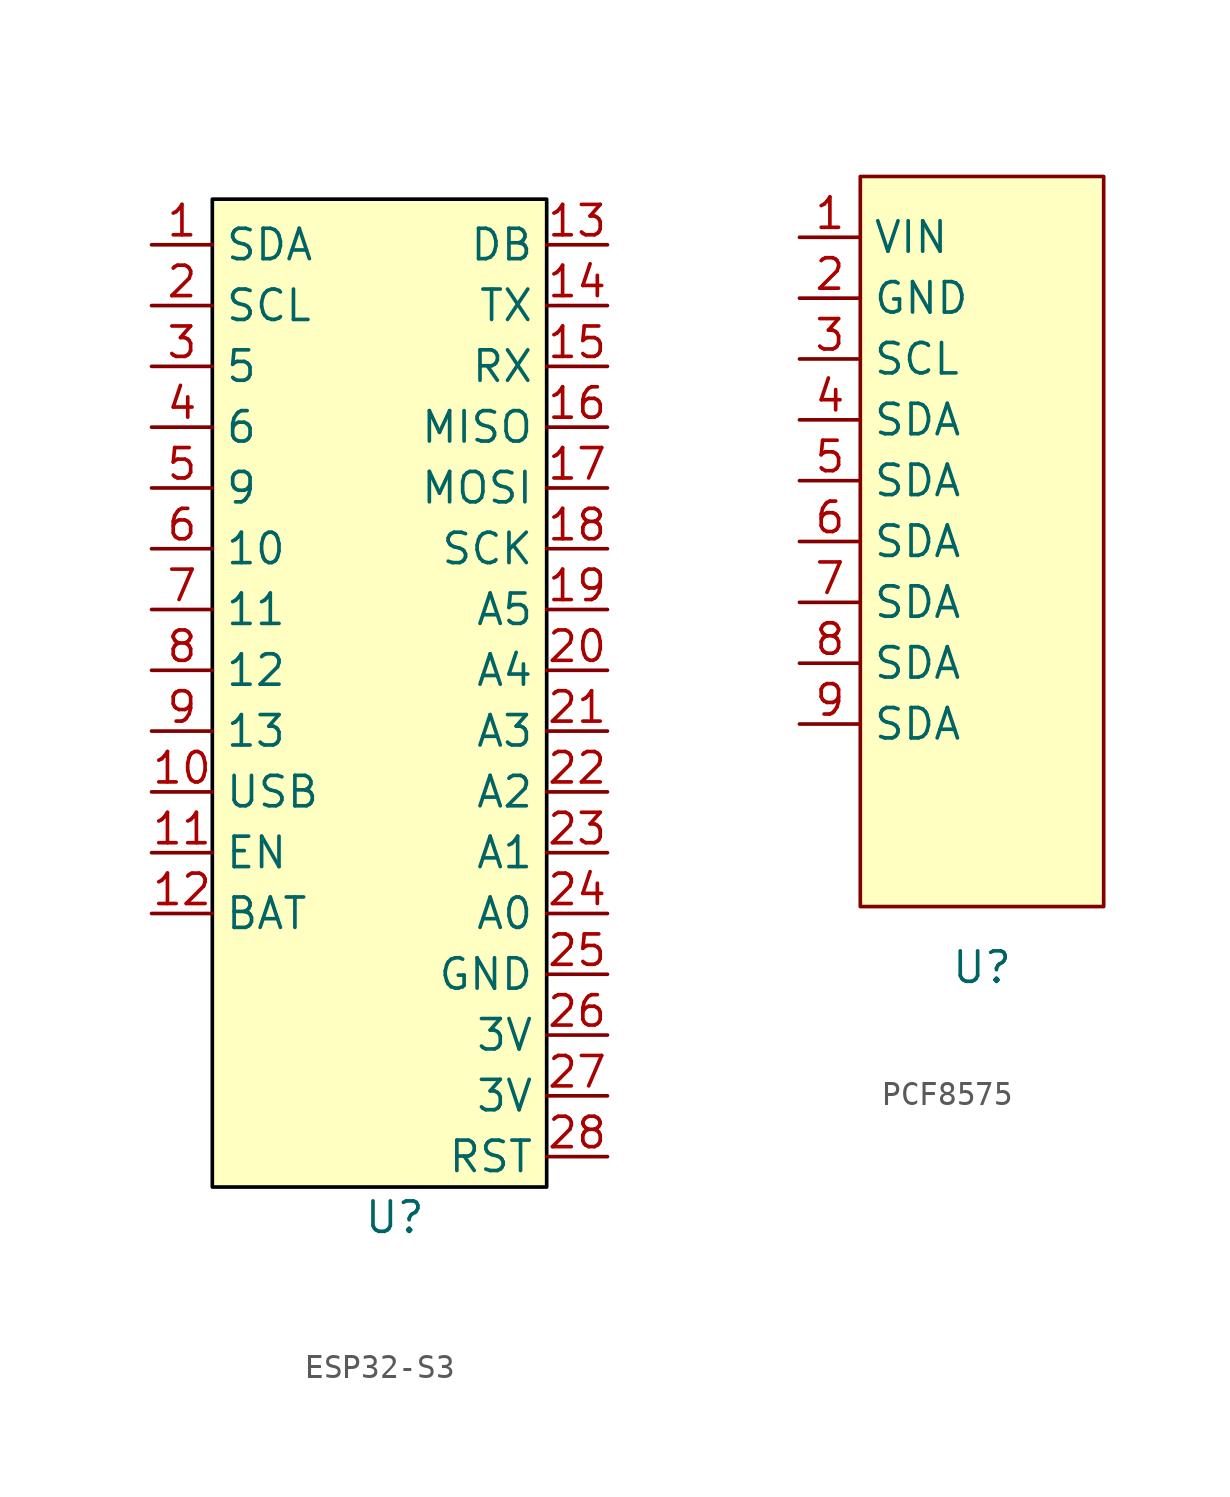
<source format=kicad_sym>
(kicad_symbol_lib
  (version 20241209)
  (generator "kicad_symbol_editor")
  (generator_version "9.0")
  (symbol "ESP32-S3"
    (property "Reference" "U"
      (at 0 -16.51 0)
      (effects (font (size 1.27 1.27))))
    (property "Value" ""
      (at 0 1.27 0)
      (effects (font (size 1.27 1.27))))
    (symbol "ESP32-S3_1_1"
      (rectangle (start -7.62 26.035) (end 6.35 -15.24) (stroke (width 0) (type default) (color 0 0 0 1)) (fill (type background)))
      (pin input line (at -10.16 24.13 0) (length 2.54) (name "SDA" (effects (font (size 1.27 1.27)))) (number "1" (effects (font (size 1.27 1.27)))))
      (pin input line (at -10.16 21.59 0) (length 2.54) (name "SCL" (effects (font (size 1.27 1.27)))) (number "2" (effects (font (size 1.27 1.27)))))
      (pin input line (at -10.16 19.05 0) (length 2.54) (name "5" (effects (font (size 1.27 1.27)))) (number "3" (effects (font (size 1.27 1.27)))))
      (pin input line (at -10.16 16.51 0) (length 2.54) (name "6" (effects (font (size 1.27 1.27)))) (number "4" (effects (font (size 1.27 1.27)))))
      (pin input line (at -10.16 13.97 0) (length 2.54) (name "9" (effects (font (size 1.27 1.27)))) (number "5" (effects (font (size 1.27 1.27)))))
      (pin input line (at -10.16 11.43 0) (length 2.54) (name "10" (effects (font (size 1.27 1.27)))) (number "6" (effects (font (size 1.27 1.27)))))
      (pin input line (at -10.16 8.89 0) (length 2.54) (name "11" (effects (font (size 1.27 1.27)))) (number "7" (effects (font (size 1.27 1.27)))))
      (pin input line (at -10.16 6.35 0) (length 2.54) (name "12" (effects (font (size 1.27 1.27)))) (number "8" (effects (font (size 1.27 1.27)))))
      (pin input line (at -10.16 3.81 0) (length 2.54) (name "13" (effects (font (size 1.27 1.27)))) (number "9" (effects (font (size 1.27 1.27)))))
      (pin input line (at -10.16 1.27 0) (length 2.54) (name "USB" (effects (font (size 1.27 1.27)))) (number "10" (effects (font (size 1.27 1.27)))))
      (pin input line (at -10.16 -1.27 0) (length 2.54) (name "EN" (effects (font (size 1.27 1.27)))) (number "11" (effects (font (size 1.27 1.27)))))
      (pin input line (at -10.16 -3.81 0) (length 2.54) (name "BAT" (effects (font (size 1.27 1.27)))) (number "12" (effects (font (size 1.27 1.27)))))
      (pin input line (at 8.89 24.13 180) (length 2.54) (name "DB" (effects (font (size 1.27 1.27)))) (number "13" (effects (font (size 1.27 1.27)))))
      (pin input line (at 8.89 21.59 180) (length 2.54) (name "TX" (effects (font (size 1.27 1.27)))) (number "14" (effects (font (size 1.27 1.27)))))
      (pin input line (at 8.89 19.05 180) (length 2.54) (name "RX" (effects (font (size 1.27 1.27)))) (number "15" (effects (font (size 1.27 1.27)))))
      (pin input line (at 8.89 16.51 180) (length 2.54) (name "MISO" (effects (font (size 1.27 1.27)))) (number "16" (effects (font (size 1.27 1.27)))))
      (pin input line (at 8.89 13.97 180) (length 2.54) (name "MOSI" (effects (font (size 1.27 1.27)))) (number "17" (effects (font (size 1.27 1.27)))))
      (pin input line (at 8.89 11.43 180) (length 2.54) (name "SCK" (effects (font (size 1.27 1.27)))) (number "18" (effects (font (size 1.27 1.27)))))
      (pin input line (at 8.89 8.89 180) (length 2.54) (name "A5" (effects (font (size 1.27 1.27)))) (number "19" (effects (font (size 1.27 1.27)))))
      (pin input line (at 8.89 6.35 180) (length 2.54) (name "A4" (effects (font (size 1.27 1.27)))) (number "20" (effects (font (size 1.27 1.27)))))
      (pin input line (at 8.89 3.81 180) (length 2.54) (name "A3" (effects (font (size 1.27 1.27)))) (number "21" (effects (font (size 1.27 1.27)))))
      (pin input line (at 8.89 1.27 180) (length 2.54) (name "A2" (effects (font (size 1.27 1.27)))) (number "22" (effects (font (size 1.27 1.27)))))
      (pin input line (at 8.89 -1.27 180) (length 2.54) (name "A1" (effects (font (size 1.27 1.27)))) (number "23" (effects (font (size 1.27 1.27)))))
      (pin input line (at 8.89 -3.81 180) (length 2.54) (name "A0" (effects (font (size 1.27 1.27)))) (number "24" (effects (font (size 1.27 1.27)))))
      (pin input line (at 8.89 -6.35 180) (length 2.54) (name "GND" (effects (font (size 1.27 1.27)))) (number "25" (effects (font (size 1.27 1.27)))))
      (pin input line (at 8.89 -8.89 180) (length 2.54) (name "3V" (effects (font (size 1.27 1.27)))) (number "26" (effects (font (size 1.27 1.27)))))
      (pin input line (at 8.89 -11.43 180) (length 2.54) (name "3V" (effects (font (size 1.27 1.27)))) (number "27" (effects (font (size 1.27 1.27)))))
      (pin input line (at 8.89 -13.97 180) (length 2.54) (name "RST" (effects (font (size 1.27 1.27)))) (number "28" (effects (font (size 1.27 1.27)))))))
  (symbol "PCF8575"
    (property "Reference" "U"
      (at 0 -2.54 0)
      (effects (font (size 1.27 1.27))))
    (property "Value" ""
      (at 0 0 0)
      (effects (font (size 1.27 1.27))))
    (symbol "PCF8575_1_1"
      (rectangle (start -5.08 30.48) (end 5.08 0) (stroke (width 0) (type solid)) (fill (type background)))
      (pin input line (at -7.62 27.94 0) (length 2.54) (name "VIN" (effects (font (size 1.27 1.27)))) (number "1" (effects (font (size 1.27 1.27)))))
      (pin input line (at -7.62 25.4 0) (length 2.54) (name "GND" (effects (font (size 1.27 1.27)))) (number "2" (effects (font (size 1.27 1.27)))))
      (pin input line (at -7.62 22.86 0) (length 2.54) (name "SCL" (effects (font (size 1.27 1.27)))) (number "3" (effects (font (size 1.27 1.27)))))
      (pin input line (at -7.62 20.32 0) (length 2.54) (name "SDA" (effects (font (size 1.27 1.27)))) (number "4" (effects (font (size 1.27 1.27)))))
      (pin input line (at -7.62 17.78 0) (length 2.54) (name "SDA" (effects (font (size 1.27 1.27)))) (number "5" (effects (font (size 1.27 1.27)))))
      (pin input line (at -7.62 15.24 0) (length 2.54) (name "SDA" (effects (font (size 1.27 1.27)))) (number "6" (effects (font (size 1.27 1.27)))))
      (pin input line (at -7.62 12.7 0) (length 2.54) (name "SDA" (effects (font (size 1.27 1.27)))) (number "7" (effects (font (size 1.27 1.27)))))
      (pin input line (at -7.62 10.16 0) (length 2.54) (name "SDA" (effects (font (size 1.27 1.27)))) (number "8" (effects (font (size 1.27 1.27)))))
      (pin input line (at -7.62 7.62 0) (length 2.54) (name "SDA" (effects (font (size 1.27 1.27)))) (number "9" (effects (font (size 1.27 1.27))))))))
</source>
